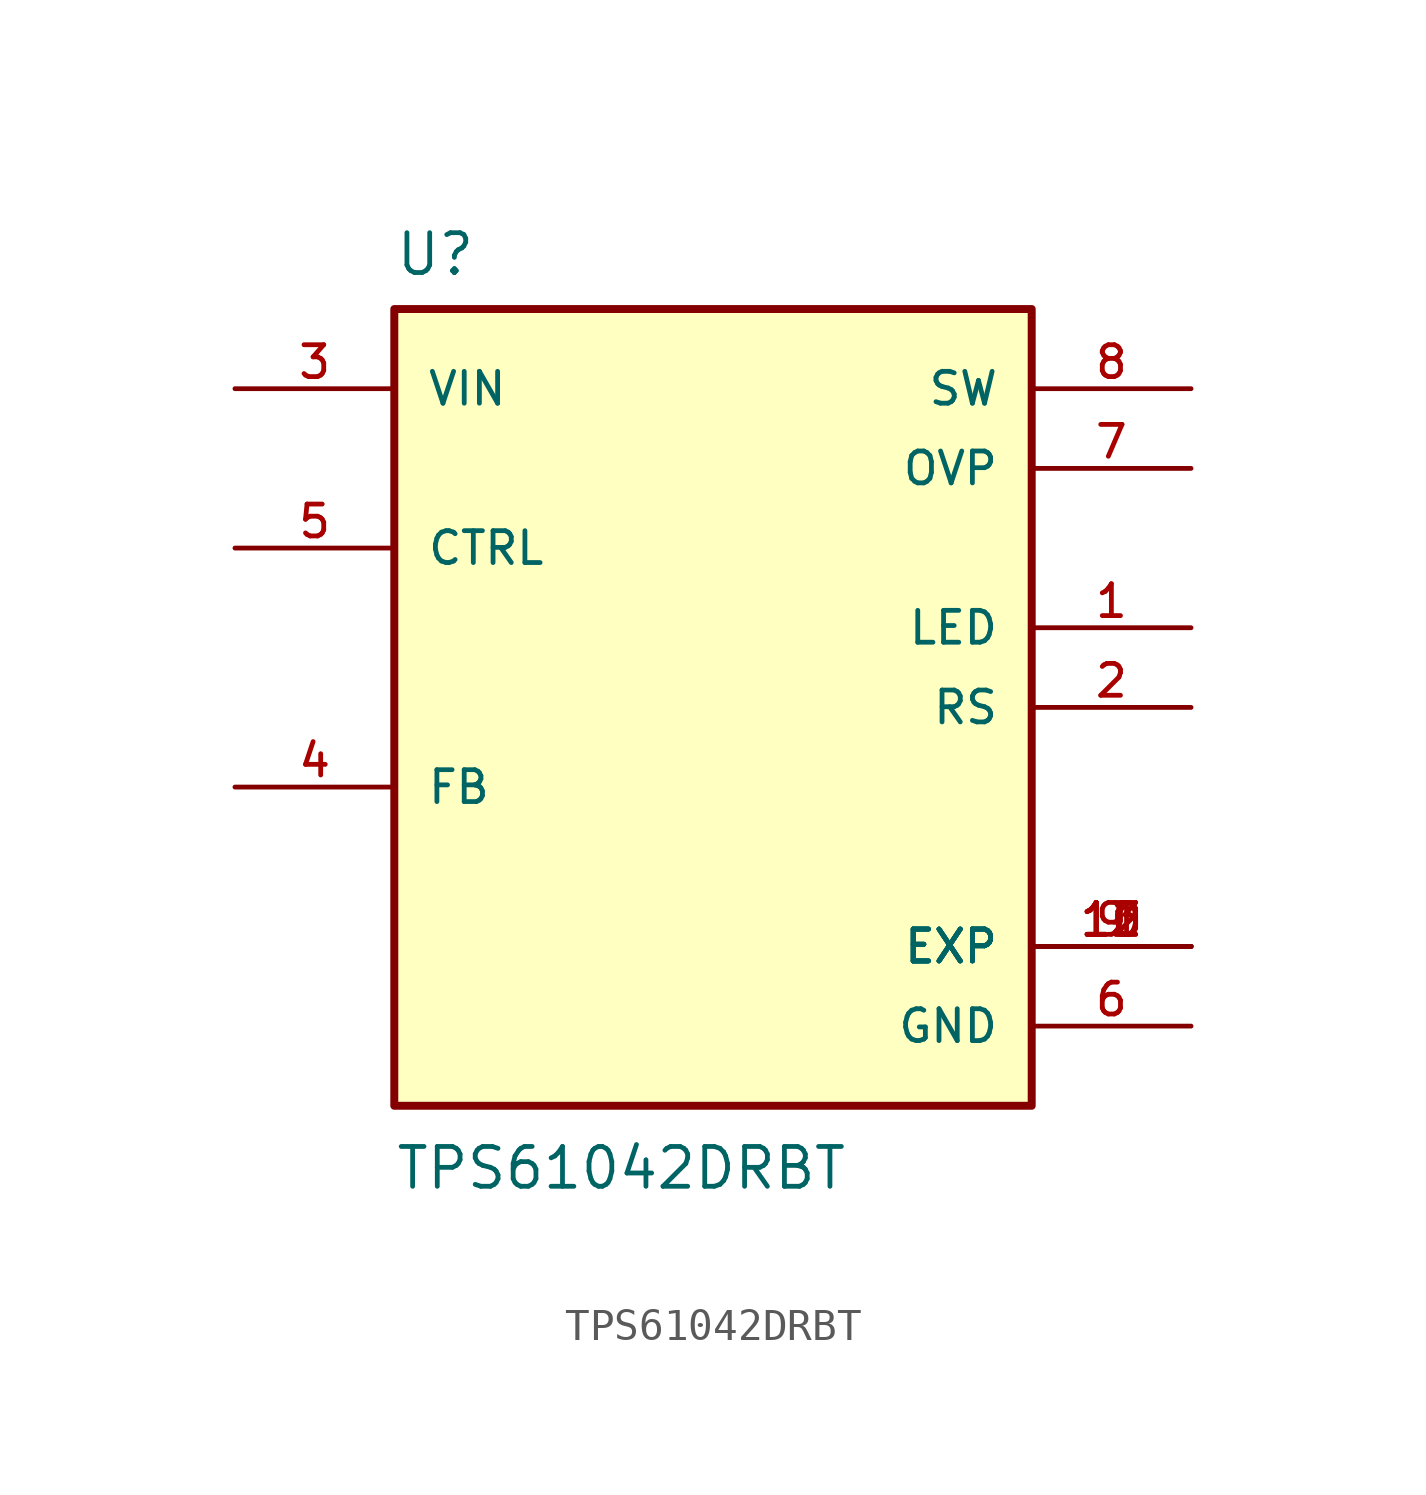
<source format=kicad_sym>
(kicad_symbol_lib
  (version 20211014)
  (generator kicad_symbol_editor)
  (symbol "TPS61042DRBT"
    (pin_names
      (offset 1.016))
    (property "Reference" "U"
      (at -10.16 13.7 0.0)
      (effects (font (size 1.27 1.27)) (justify bottom left)))
    (property "Value" "TPS61042DRBT"
      (at -10.16 -15.43 0.0)
      (effects (font (size 1.27 1.27)) (justify bottom left)))
    (symbol "TPS61042DRBT_0_0"
      (rectangle (start -10.16 -12.7) (end 10.16 12.7) (stroke (width 0.254)) (fill (type background)))
      (pin input line (at -15.24 5.08 0) (length 5.08) (name "CTRL" (effects (font (size 1.016 1.016)))) (number "5" (effects (font (size 1.016 1.016)))))
      (pin input line (at -15.24 -2.54 0) (length 5.08) (name "FB" (effects (font (size 1.016 1.016)))) (number "4" (effects (font (size 1.016 1.016)))))
      (pin input line (at 15.24 2.54 180.0) (length 5.08) (name "LED" (effects (font (size 1.016 1.016)))) (number "1" (effects (font (size 1.016 1.016)))))
      (pin input line (at 15.24 7.62 180.0) (length 5.08) (name "OVP" (effects (font (size 1.016 1.016)))) (number "7" (effects (font (size 1.016 1.016)))))
      (pin input line (at 15.24 10.16 180.0) (length 5.08) (name "SW" (effects (font (size 1.016 1.016)))) (number "8" (effects (font (size 1.016 1.016)))))
      (pin power_in line (at -15.24 10.16 0) (length 5.08) (name "VIN" (effects (font (size 1.016 1.016)))) (number "3" (effects (font (size 1.016 1.016)))))
      (pin output line (at 15.24 0.0 180.0) (length 5.08) (name "RS" (effects (font (size 1.016 1.016)))) (number "2" (effects (font (size 1.016 1.016)))))
      (pin power_in line (at 15.24 -10.16 180.0) (length 5.08) (name "GND" (effects (font (size 1.016 1.016)))) (number "6" (effects (font (size 1.016 1.016)))))
      (pin power_in line (at 15.24 -7.62 180.0) (length 5.08) (name "EXP" (effects (font (size 1.016 1.016)))) (number "9" (effects (font (size 1.016 1.016)))))
      (pin power_in line (at 15.24 -7.62 180.0) (length 5.08) (name "EXP" (effects (font (size 1.016 1.016)))) (number "10" (effects (font (size 1.016 1.016)))))
      (pin power_in line (at 15.24 -7.62 180.0) (length 5.08) (name "EXP" (effects (font (size 1.016 1.016)))) (number "11" (effects (font (size 1.016 1.016)))))
      (pin power_in line (at 15.24 -7.62 180.0) (length 5.08) (name "EXP" (effects (font (size 1.016 1.016)))) (number "12" (effects (font (size 1.016 1.016)))))
      (pin power_in line (at 15.24 -7.62 180.0) (length 5.08) (name "EXP" (effects (font (size 1.016 1.016)))) (number "13" (effects (font (size 1.016 1.016))))))))
</source>
